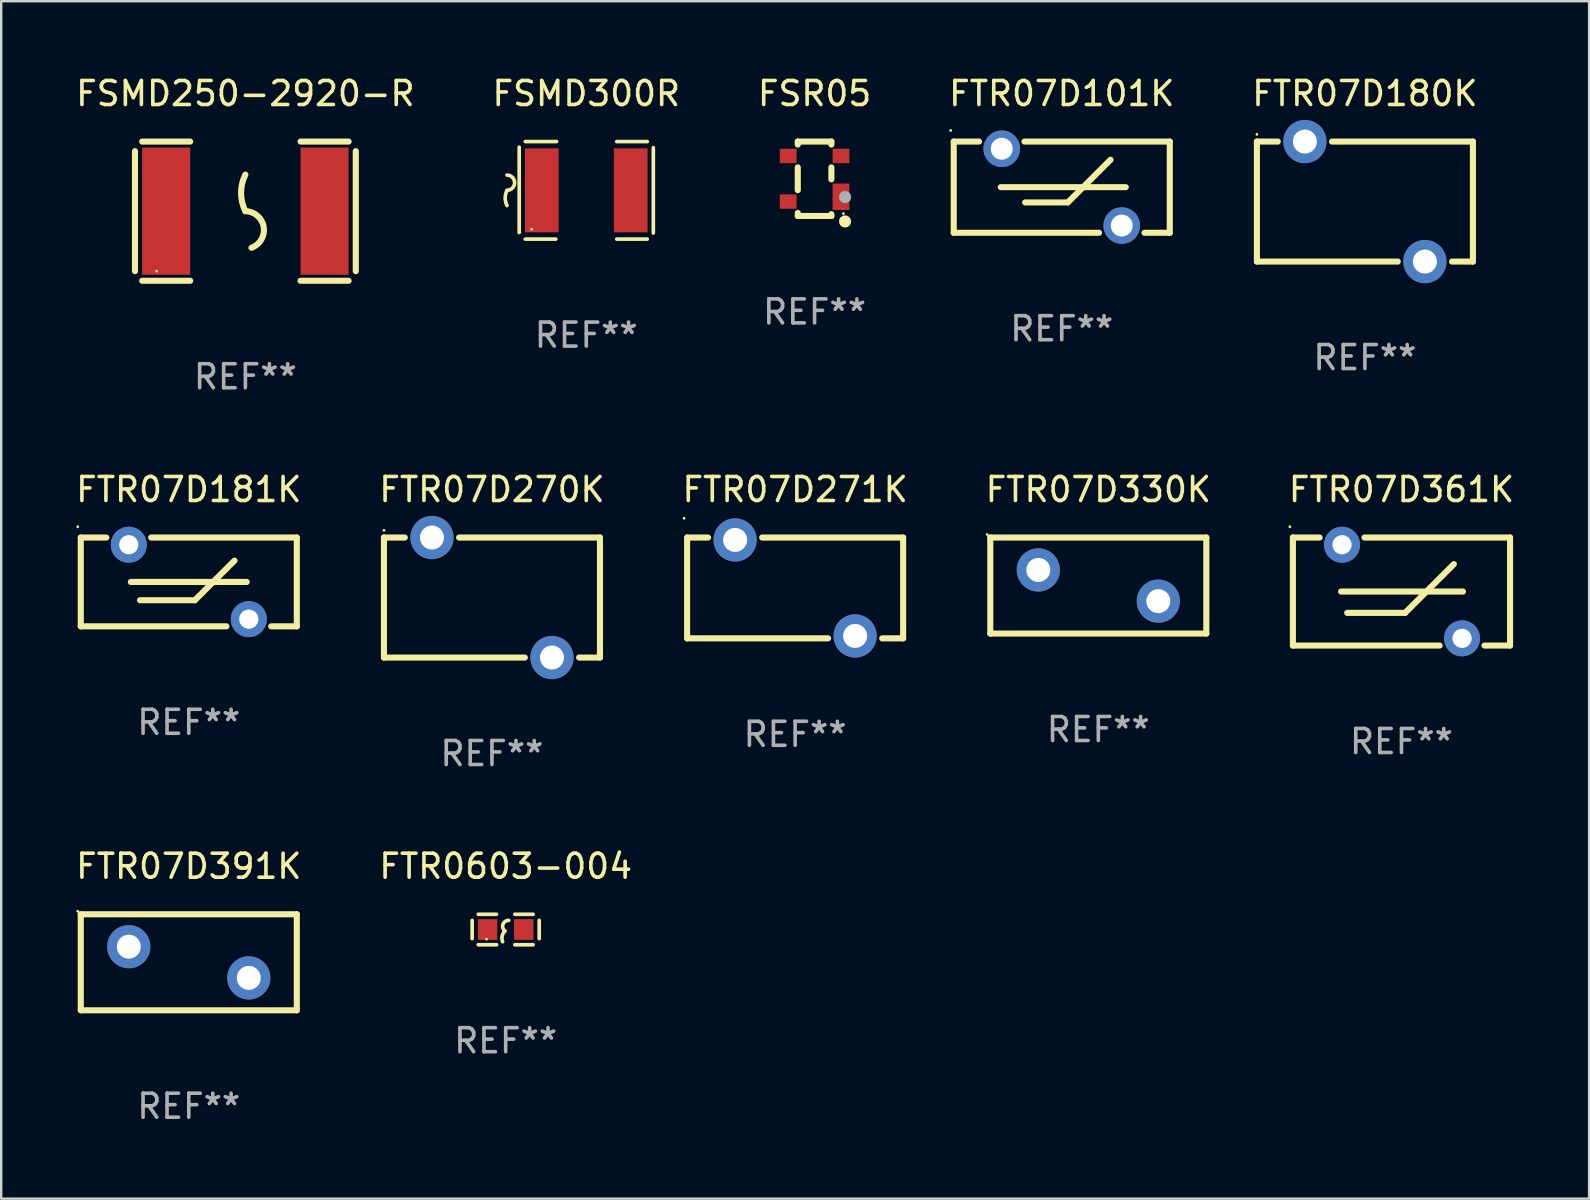
<source format=kicad_pcb>
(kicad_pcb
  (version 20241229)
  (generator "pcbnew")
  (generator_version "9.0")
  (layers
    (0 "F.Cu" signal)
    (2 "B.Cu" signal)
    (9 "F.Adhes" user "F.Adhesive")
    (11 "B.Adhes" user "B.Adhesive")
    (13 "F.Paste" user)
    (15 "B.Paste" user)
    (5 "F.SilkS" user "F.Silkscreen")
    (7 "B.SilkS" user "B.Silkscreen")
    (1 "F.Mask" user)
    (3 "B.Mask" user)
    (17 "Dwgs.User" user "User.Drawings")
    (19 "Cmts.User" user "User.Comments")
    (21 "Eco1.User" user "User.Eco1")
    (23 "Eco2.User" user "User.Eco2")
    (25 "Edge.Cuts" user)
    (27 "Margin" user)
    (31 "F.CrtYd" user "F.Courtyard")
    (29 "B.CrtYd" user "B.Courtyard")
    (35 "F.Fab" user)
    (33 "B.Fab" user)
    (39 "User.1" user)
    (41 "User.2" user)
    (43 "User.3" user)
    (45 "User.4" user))
  (footprint "FTR07D271K"
    (layer "F.Cu")
    (at 30.077 21.445)
    (property "Reference" "FTR07D271K" (at 0 -4.1 0) (layer "F.SilkS") (effects (font (size 1 1) (thickness 0.15))))
    (attr through_hole)
    (fp_line (start -4.5 -2.1) (end -4.5 2.1) (stroke (width 0.254) (type solid)) (layer "F.SilkS"))
    (fp_line (start -4.5 -2.1) (end -3.627 -2.1) (stroke (width 0.254) (type solid)) (layer "F.SilkS"))
    (fp_line (start -4.5 2.1) (end 1.373 2.1) (stroke (width 0.254) (type solid)) (layer "F.SilkS"))
    (fp_line (start -1.373 -2.1) (end 4.5 -2.1) (stroke (width 0.254) (type solid)) (layer "F.SilkS"))
    (fp_line (start 3.627 2.1) (end 4.5 2.1) (stroke (width 0.254) (type solid)) (layer "F.SilkS"))
    (fp_line (start 4.5 -2.1) (end 4.5 2.1) (stroke (width 0.254) (type solid)) (layer "F.SilkS"))
    (fp_circle (center -4.627 -2.9) (end -4.597 -2.9) (stroke (width 0.06) (type solid)) (fill no) (layer "F.SilkS"))
    (fp_text user "REF**" (at 0 6.1 0) (layer "F.Fab") (effects (font (size 1 1) (thickness 0.15))))
    (pad "1" thru_hole circle (at -2.5 -2) (size 1.8 1.8) (drill 1) (layers "*.Cu" "*.Mask"))
    (pad "2" thru_hole circle (at 2.5 2) (size 1.8 1.8) (drill 1) (layers "*.Cu" "*.Mask")))
  (footprint "FTR07D391K"
    (layer "F.Cu")
    (at 4.815 37.041)
    (property "Reference" "FTR07D391K" (at 0 -4 0) (layer "F.SilkS") (effects (font (size 1 1) (thickness 0.15))))
    (attr through_hole)
    (fp_line (start -4.5 -2) (end 4.5 -2) (stroke (width 0.254) (type solid)) (layer "F.SilkS"))
    (fp_line (start -4.5 2) (end -4.5 -2) (stroke (width 0.254) (type solid)) (layer "F.SilkS"))
    (fp_line (start 4.5 -2) (end 4.5 2) (stroke (width 0.254) (type solid)) (layer "F.SilkS"))
    (fp_line (start 4.5 2) (end -4.5 2) (stroke (width 0.254) (type solid)) (layer "F.SilkS"))
    (fp_circle (center -4.627 -2.127) (end -4.597 -2.127) (stroke (width 0.06) (type solid)) (fill no) (layer "F.SilkS"))
    (fp_text user "REF**" (at 0 6 0) (layer "F.Fab") (effects (font (size 1 1) (thickness 0.15))))
    (pad "1" thru_hole circle (at -2.5 -0.65) (size 1.8 1.8) (drill 1) (layers "*.Cu" "*.Mask"))
    (pad "2" thru_hole circle (at 2.5 0.65) (size 1.8 1.8) (drill 1) (layers "*.Cu" "*.Mask")))
  (footprint "FSR05"
    (layer "F.Cu")
    (at 30.887 4.398)
    (property "Reference" "FSR05" (at 0 -3.55 0) (layer "F.SilkS") (effects (font (size 1 1) (thickness 0.15))))
    (attr through_hole)
    (fp_line (start -0.7 -1.425) (end -0.7 -1.55) (stroke (width 0.254) (type solid)) (layer "F.SilkS"))
    (fp_line (start -0.7 0.475) (end -0.7 -0.475) (stroke (width 0.254) (type solid)) (layer "F.SilkS"))
    (fp_line (start -0.7 1.55) (end -0.7 1.425) (stroke (width 0.254) (type solid)) (layer "F.SilkS"))
    (fp_line (start 0.7 -1.55) (end -0.7 -1.55) (stroke (width 0.254) (type solid)) (layer "F.SilkS"))
    (fp_line (start 0.7 -1.425) (end 0.7 -1.55) (stroke (width 0.254) (type solid)) (layer "F.SilkS"))
    (fp_line (start 0.7 0.025) (end 0.7 -0.475) (stroke (width 0.254) (type solid)) (layer "F.SilkS"))
    (fp_line (start 0.7 1.55) (end -0.7 1.55) (stroke (width 0.254) (type solid)) (layer "F.SilkS"))
    (fp_line (start 0.7 1.55) (end 0.7 1.475) (stroke (width 0.254) (type solid)) (layer "F.SilkS"))
    (fp_circle (center 1.2 1.45) (end 1.23 1.45) (stroke (width 0.06) (type solid)) (fill no) (layer "F.SilkS"))
    (fp_circle (center 1.27 1.778) (end 1.397 1.778) (stroke (width 0.254) (type solid)) (fill no) (layer "F.SilkS"))
    (fp_circle (center 1.27 0.762) (end 1.397 0.762) (stroke (width 0.254) (type solid)) (fill no) (layer "F.Fab"))
    (fp_text user "REF**" (at 0 5.55 0) (layer "F.Fab") (effects (font (size 1 1) (thickness 0.15))))
    (pad "1" smd rect (at 1.1 0.75 90) (size 1.1 0.7) (layers "F.Cu" "F.Mask" "F.Paste"))
    (pad "2" smd rect (at 1.1 -0.95 90) (size 0.6 0.7) (layers "F.Cu" "F.Mask" "F.Paste"))
    (pad "3" smd rect (at -1.1 -0.95 90) (size 0.6 0.7) (layers "F.Cu" "F.Mask" "F.Paste"))
    (pad "4" smd rect (at -1.1 0.95 90) (size 0.6 0.7) (layers "F.Cu" "F.Mask" "F.Paste")))
  (footprint "FTR07D101K"
    (layer "F.Cu")
    (at 41.185 4.748)
    (property "Reference" "FTR07D101K" (at 0 -3.9 0) (layer "F.SilkS") (effects (font (size 1 1) (thickness 0.15))))
    (attr through_hole)
    (fp_line (start -4.5 -1.9) (end -4.5 1.9) (stroke (width 0.254) (type solid)) (layer "F.SilkS"))
    (fp_line (start -4.5 -1.9) (end -3.447 -1.9) (stroke (width 0.254) (type solid)) (layer "F.SilkS"))
    (fp_line (start -4.5 1.9) (end 1.553 1.9) (stroke (width 0.254) (type solid)) (layer "F.SilkS"))
    (fp_line (start -2.54 0) (end 2.667 0) (stroke (width 0.254) (type solid)) (layer "F.SilkS"))
    (fp_line (start -1.553 -1.9) (end 4.5 -1.9) (stroke (width 0.254) (type solid)) (layer "F.SilkS"))
    (fp_line (start -1.524 0.635) (end 0.254 0.635) (stroke (width 0.254) (type solid)) (layer "F.SilkS"))
    (fp_line (start 0.254 0.635) (end 2.032 -1.143) (stroke (width 0.254) (type solid)) (layer "F.SilkS"))
    (fp_line (start 3.447 1.9) (end 4.5 1.9) (stroke (width 0.254) (type solid)) (layer "F.SilkS"))
    (fp_line (start 4.5 -1.9) (end 4.5 1.9) (stroke (width 0.254) (type solid)) (layer "F.SilkS"))
    (fp_circle (center -4.627 -2.362) (end -4.597 -2.362) (stroke (width 0.06) (type solid)) (fill no) (layer "F.SilkS"))
    (fp_text user "REF**" (at 0 5.9 0) (layer "F.Fab") (effects (font (size 1 1) (thickness 0.15))))
    (pad "1" thru_hole circle (at -2.5 -1.6) (size 1.524 1.524) (drill 0.914) (layers "*.Cu" "*.Mask"))
    (pad "2" thru_hole circle (at 2.5 1.6) (size 1.524 1.524) (drill 0.914) (layers "*.Cu" "*.Mask")))
  (footprint "FTR07D330K"
    (layer "F.Cu")
    (at 42.708 21.345)
    (property "Reference" "FTR07D330K" (at 0 -4 0) (layer "F.SilkS") (effects (font (size 1 1) (thickness 0.15))))
    (attr through_hole)
    (fp_line (start -4.5 -2) (end 4.5 -2) (stroke (width 0.254) (type solid)) (layer "F.SilkS"))
    (fp_line (start -4.5 2) (end -4.5 -2) (stroke (width 0.254) (type solid)) (layer "F.SilkS"))
    (fp_line (start 4.5 -2) (end 4.5 2) (stroke (width 0.254) (type solid)) (layer "F.SilkS"))
    (fp_line (start 4.5 2) (end -4.5 2) (stroke (width 0.254) (type solid)) (layer "F.SilkS"))
    (fp_circle (center -4.627 -2.127) (end -4.597 -2.127) (stroke (width 0.06) (type solid)) (fill no) (layer "F.SilkS"))
    (fp_text user "REF**" (at 0 6 0) (layer "F.Fab") (effects (font (size 1 1) (thickness 0.15))))
    (pad "1" thru_hole circle (at -2.5 -0.65) (size 1.8 1.8) (drill 1) (layers "*.Cu" "*.Mask"))
    (pad "2" thru_hole circle (at 2.5 0.65) (size 1.8 1.8) (drill 1) (layers "*.Cu" "*.Mask")))
  (footprint "FTR07D180K"
    (layer "F.Cu")
    (at 53.815 5.348)
    (property "Reference" "FTR07D180K" (at 0 -4.5 0) (layer "F.SilkS") (effects (font (size 1 1) (thickness 0.15))))
    (attr through_hole)
    (fp_line (start -4.5 -2.5) (end -3.631 -2.5) (stroke (width 0.254) (type solid)) (layer "F.SilkS"))
    (fp_line (start -4.5 2.5) (end -4.5 -2.5) (stroke (width 0.254) (type solid)) (layer "F.SilkS"))
    (fp_line (start -1.369 -2.5) (end 4.5 -2.5) (stroke (width 0.254) (type solid)) (layer "F.SilkS"))
    (fp_line (start 1.369 2.5) (end -4.5 2.5) (stroke (width 0.254) (type solid)) (layer "F.SilkS"))
    (fp_line (start 4.5 -2.5) (end 4.5 2.5) (stroke (width 0.254) (type solid)) (layer "F.SilkS"))
    (fp_line (start 4.5 2.5) (end 3.631 2.5) (stroke (width 0.254) (type solid)) (layer "F.SilkS"))
    (fp_circle (center -4.5 -2.8) (end -4.47 -2.8) (stroke (width 0.06) (type solid)) (fill no) (layer "F.SilkS"))
    (fp_text user "REF**" (at 0 6.5 0) (layer "F.Fab") (effects (font (size 1 1) (thickness 0.15))))
    (pad "1" thru_hole circle (at -2.5 -2.5) (size 1.8 1.8) (drill 1) (layers "*.Cu" "*.Mask"))
    (pad "2" thru_hole circle (at 2.5 2.5) (size 1.8 1.8) (drill 1) (layers "*.Cu" "*.Mask")))
  (footprint "FSMD250-2920-R"
    (layer "F.Cu")
    (at 7.173 5.748)
    (property "Reference" "FSMD250-2920-R" (at 0 -4.9 0) (layer "F.SilkS") (effects (font (size 1 1) (thickness 0.15))))
    (attr through_hole)
    (fp_line (start -4.6 -2.5) (end -4.6 2.5) (stroke (width 0.254) (type solid)) (layer "F.SilkS"))
    (fp_line (start -4.3 -2.9) (end -2.3 -2.9) (stroke (width 0.254) (type solid)) (layer "F.SilkS"))
    (fp_line (start -4.3 2.9) (end -2.3 2.9) (stroke (width 0.254) (type solid)) (layer "F.SilkS"))
    (fp_line (start 2.3 -2.9) (end 4.3 -2.9) (stroke (width 0.254) (type solid)) (layer "F.SilkS"))
    (fp_line (start 2.3 2.9) (end 4.3 2.9) (stroke (width 0.254) (type solid)) (layer "F.SilkS"))
    (fp_line (start 4.6 -2.5) (end 4.6 2.5) (stroke (width 0.254) (type solid)) (layer "F.SilkS"))
    (fp_arc (start 0 0) (mid -0.179884 -0.762002) (end 0 -1.524003) (stroke (width 0.254001) (type solid)) (layer "F.SilkS"))
    (fp_arc (start 0 0) (mid 0.763086 0.655987) (end 0.254001 1.524003) (stroke (width 0.254001) (type solid)) (layer "F.SilkS"))
    (fp_circle (center -3.7 2.5) (end -3.67 2.5) (stroke (width 0.06) (type solid)) (fill no) (layer "F.SilkS"))
    (fp_text user "REF**" (at 0 6.9 0) (layer "F.Fab") (effects (font (size 1 1) (thickness 0.15))))
    (pad "1" smd rect (at -3.3 0) (size 2 5.3) (layers "F.Cu" "F.Mask" "F.Paste"))
    (pad "2" smd rect (at 3.3 0) (size 2 5.3) (layers "F.Cu" "F.Mask" "F.Paste")))
  (footprint "FSMD300R"
    (layer "F.Cu")
    (at 21.375 4.88)
    (property "Reference" "FSMD300R" (at 0 -4.032 0) (layer "F.SilkS") (effects (font (size 1 1) (thickness 0.15))))
    (attr through_hole)
    (fp_line (start -2.794 -1.798) (end -2.794 1.758) (stroke (width 0.152) (type solid)) (layer "F.SilkS"))
    (fp_line (start -2.54 -2.032) (end -1.235 -2.032) (stroke (width 0.152) (type solid)) (layer "F.SilkS"))
    (fp_line (start -1.27 2.032) (end -2.54 2.032) (stroke (width 0.152) (type solid)) (layer "F.SilkS"))
    (fp_line (start 1.27 2.032) (end 2.54 2.032) (stroke (width 0.152) (type solid)) (layer "F.SilkS"))
    (fp_line (start 2.54 -2.032) (end 1.27 -2.032) (stroke (width 0.152) (type solid)) (layer "F.SilkS"))
    (fp_line (start 2.794 -1.778) (end 2.794 1.778) (stroke (width 0.152) (type solid)) (layer "F.SilkS"))
    (fp_arc (start -3.302007 -0.635002) (mid -2.984506 -0.317501) (end -3.302007 0) (stroke (width 0.151994) (type solid)) (layer "F.SilkS"))
    (fp_arc (start -3.302007 0.635002) (mid -3.376959 0.317501) (end -3.302007 0) (stroke (width 0.151994) (type solid)) (layer "F.SilkS"))
    (fp_circle (center -2.275 1.62) (end -2.245 1.62) (stroke (width 0.06) (type solid)) (fill no) (layer "F.SilkS"))
    (fp_text user "REF**" (at 0 6.032 0) (layer "F.Fab") (effects (font (size 1 1) (thickness 0.15))))
    (pad "1" smd rect (at -1.853 0) (size 1.407 3.499) (layers "F.Cu" "F.Mask" "F.Paste"))
    (pad "2" smd rect (at 1.853 0) (size 1.407 3.499) (layers "F.Cu" "F.Mask" "F.Paste")))
  (footprint "FTR07D181K"
    (layer "F.Cu")
    (at 4.815 21.195)
    (property "Reference" "FTR07D181K" (at 0 -3.85 0) (layer "F.SilkS") (effects (font (size 1 1) (thickness 0.15))))
    (attr through_hole)
    (fp_line (start -4.5 -1.85) (end -3.434 -1.85) (stroke (width 0.254) (type solid)) (layer "F.SilkS"))
    (fp_line (start -4.5 1.85) (end -4.5 -1.85) (stroke (width 0.254) (type solid)) (layer "F.SilkS"))
    (fp_line (start -4.5 1.85) (end 1.566 1.85) (stroke (width 0.254) (type solid)) (layer "F.SilkS"))
    (fp_line (start -2.413 0) (end 2.413 0) (stroke (width 0.254) (type solid)) (layer "F.SilkS"))
    (fp_line (start -2.032 0.762) (end 0.254 0.762) (stroke (width 0.254) (type solid)) (layer "F.SilkS"))
    (fp_line (start -1.566 -1.85) (end 4.5 -1.85) (stroke (width 0.254) (type solid)) (layer "F.SilkS"))
    (fp_line (start 0.254 0.762) (end 1.905 -0.889) (stroke (width 0.254) (type solid)) (layer "F.SilkS"))
    (fp_line (start 3.434 1.85) (end 4.5 1.85) (stroke (width 0.254) (type solid)) (layer "F.SilkS"))
    (fp_line (start 4.5 -1.85) (end 4.5 1.85) (stroke (width 0.254) (type solid)) (layer "F.SilkS"))
    (fp_circle (center -4.627 -2.3) (end -4.597 -2.3) (stroke (width 0.06) (type solid)) (fill no) (layer "F.SilkS"))
    (fp_text user "REF**" (at 0 5.85 0) (layer "F.Fab") (effects (font (size 1 1) (thickness 0.15))))
    (pad "1" thru_hole circle (at -2.5 -1.55) (size 1.5 1.5) (drill 0.8) (layers "*.Cu" "*.Mask"))
    (pad "2" thru_hole circle (at 2.5 1.55) (size 1.5 1.5) (drill 0.8) (layers "*.Cu" "*.Mask")))
  (footprint "FTR07D361K"
    (layer "F.Cu")
    (at 55.339 21.595)
    (property "Reference" "FTR07D361K" (at 0 -4.25 0) (layer "F.SilkS") (effects (font (size 1 1) (thickness 0.15))))
    (attr through_hole)
    (fp_line (start -4.524 -2.25) (end -4.524 2.25) (stroke (width 0.254) (type solid)) (layer "F.SilkS"))
    (fp_line (start -4.524 -2.25) (end -3.411 -2.25) (stroke (width 0.254) (type solid)) (layer "F.SilkS"))
    (fp_line (start -4.524 2.25) (end 1.589 2.25) (stroke (width 0.254) (type solid)) (layer "F.SilkS"))
    (fp_line (start -2.517 0.000013) (end 2.563 0.000013) (stroke (width 0.254) (type solid)) (layer "F.SilkS"))
    (fp_line (start -2.263 0.889) (end 0.15 0.889) (stroke (width 0.254) (type solid)) (layer "F.SilkS"))
    (fp_line (start -1.542 -2.25) (end 4.524 -2.25) (stroke (width 0.254) (type solid)) (layer "F.SilkS"))
    (fp_line (start 0.15 0.889) (end 2.182 -1.143) (stroke (width 0.254) (type solid)) (layer "F.SilkS"))
    (fp_line (start 3.458 2.25) (end 4.524 2.25) (stroke (width 0.254) (type solid)) (layer "F.SilkS"))
    (fp_line (start 4.524 -2.25) (end 4.524 2.25) (stroke (width 0.254) (type solid)) (layer "F.SilkS"))
    (fp_circle (center -4.651 -2.7) (end -4.621 -2.7) (stroke (width 0.06) (type solid)) (fill no) (layer "F.SilkS"))
    (fp_text user "REF**" (at 0 6.25 0) (layer "F.Fab") (effects (font (size 1 1) (thickness 0.15))))
    (pad "1" thru_hole circle (at -2.477 -1.95) (size 1.5 1.5) (drill 0.8) (layers "*.Cu" "*.Mask"))
    (pad "2" thru_hole circle (at 2.523 1.95) (size 1.5 1.5) (drill 0.8) (layers "*.Cu" "*.Mask")))
  (footprint "FTR07D270K"
    (layer "F.Cu")
    (at 17.446 21.845)
    (property "Reference" "FTR07D270K" (at 0 -4.5 0) (layer "F.SilkS") (effects (font (size 1 1) (thickness 0.15))))
    (attr through_hole)
    (fp_line (start -4.5 -2.5) (end -3.631 -2.5) (stroke (width 0.254) (type solid)) (layer "F.SilkS"))
    (fp_line (start -4.5 2.5) (end -4.5 -2.5) (stroke (width 0.254) (type solid)) (layer "F.SilkS"))
    (fp_line (start -1.369 -2.5) (end 4.5 -2.5) (stroke (width 0.254) (type solid)) (layer "F.SilkS"))
    (fp_line (start 1.369 2.5) (end -4.5 2.5) (stroke (width 0.254) (type solid)) (layer "F.SilkS"))
    (fp_line (start 4.5 -2.5) (end 4.5 2.5) (stroke (width 0.254) (type solid)) (layer "F.SilkS"))
    (fp_line (start 4.5 2.5) (end 3.631 2.5) (stroke (width 0.254) (type solid)) (layer "F.SilkS"))
    (fp_circle (center -4.5 -2.8) (end -4.47 -2.8) (stroke (width 0.06) (type solid)) (fill no) (layer "F.SilkS"))
    (fp_text user "REF**" (at 0 6.5 0) (layer "F.Fab") (effects (font (size 1 1) (thickness 0.15))))
    (pad "1" thru_hole circle (at -2.5 -2.5) (size 1.8 1.8) (drill 1) (layers "*.Cu" "*.Mask"))
    (pad "2" thru_hole circle (at 2.5 2.5) (size 1.8 1.8) (drill 1) (layers "*.Cu" "*.Mask")))
  (footprint "FTR0603-004"
    (layer "F.Cu")
    (at 18.018 35.676)
    (property "Reference" "FTR0603-004" (at 0 -2.635 0) (layer "F.SilkS") (effects (font (size 1 1) (thickness 0.15))))
    (attr through_hole)
    (fp_line (start -1.397 -0.381) (end -1.397 0.381) (stroke (width 0.152) (type solid)) (layer "F.SilkS"))
    (fp_line (start -0.381 -0.635) (end -1.143 -0.635) (stroke (width 0.152) (type solid)) (layer "F.SilkS"))
    (fp_line (start -0.381 0.635) (end -1.143 0.635) (stroke (width 0.152) (type solid)) (layer "F.SilkS"))
    (fp_line (start 0.381 -0.635) (end 1.143 -0.635) (stroke (width 0.152) (type solid)) (layer "F.SilkS"))
    (fp_line (start 0.381 0.635) (end 1.143 0.635) (stroke (width 0.152) (type solid)) (layer "F.SilkS"))
    (fp_line (start 1.397 -0.381) (end 1.397 0.381) (stroke (width 0.152) (type solid)) (layer "F.SilkS"))
    (fp_arc (start -0.127 0.508001) (mid -0.146523 0.271131) (end -0.030861 0.0635) (stroke (width 0.151994) (type solid)) (layer "F.SilkS"))
    (fp_arc (start -0.03175 0.0635) (mid -0.113571 -0.216321) (end 0.127001 -0.381002) (stroke (width 0.151994) (type solid)) (layer "F.SilkS"))
    (fp_circle (center -0.8 0.4) (end -0.77 0.4) (stroke (width 0.06) (type solid)) (fill no) (layer "F.SilkS"))
    (fp_text user "REF**" (at 0 4.635 0) (layer "F.Fab") (effects (font (size 1 1) (thickness 0.15))))
    (pad "1" smd rect (at -0.753 0) (size 0.806 0.864) (layers "F.Cu" "F.Mask" "F.Paste"))
    (pad "2" smd rect (at 0.753 0) (size 0.806 0.864) (layers "F.Cu" "F.Mask" "F.Paste")))
  (gr_rect
    (start -3 -3)
    (end 63.155 46.89)
    (stroke (width 0.1) (type default))
    (fill no)
    (layer "Edge.Cuts")))
</source>
